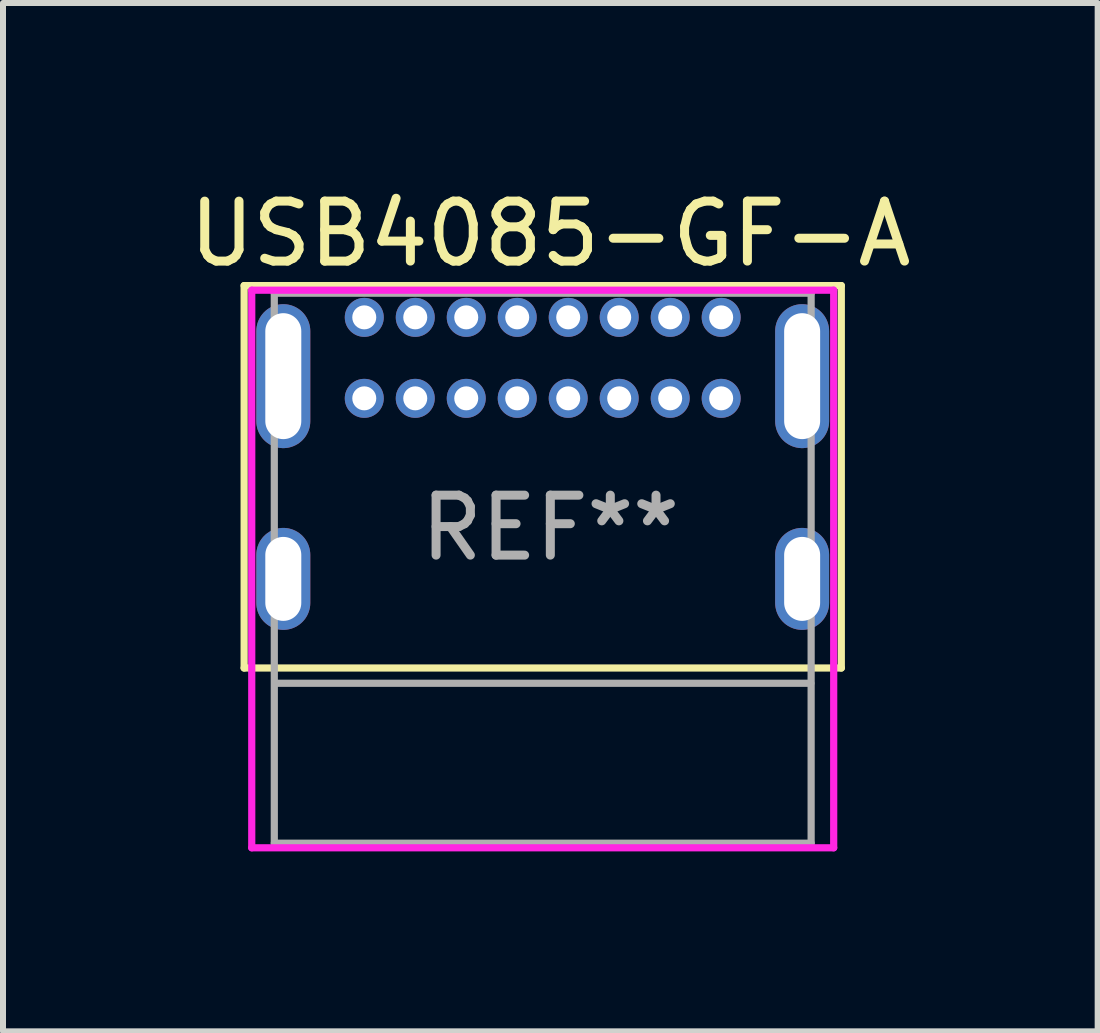
<source format=kicad_pcb>
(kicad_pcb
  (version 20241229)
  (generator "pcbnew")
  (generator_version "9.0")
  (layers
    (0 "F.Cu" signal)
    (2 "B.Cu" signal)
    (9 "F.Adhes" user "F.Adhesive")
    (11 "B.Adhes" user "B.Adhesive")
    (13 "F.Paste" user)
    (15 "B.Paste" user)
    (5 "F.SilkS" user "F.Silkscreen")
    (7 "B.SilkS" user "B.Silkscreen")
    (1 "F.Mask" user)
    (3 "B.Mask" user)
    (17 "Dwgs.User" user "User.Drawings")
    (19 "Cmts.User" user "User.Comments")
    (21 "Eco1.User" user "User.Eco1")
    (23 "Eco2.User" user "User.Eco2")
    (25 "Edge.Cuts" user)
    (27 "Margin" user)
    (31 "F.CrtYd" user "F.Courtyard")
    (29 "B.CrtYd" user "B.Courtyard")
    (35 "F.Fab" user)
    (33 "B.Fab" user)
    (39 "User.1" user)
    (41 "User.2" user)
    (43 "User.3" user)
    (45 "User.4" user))
  (footprint "USB4085-GF-A"
    (layer "F.Cu")
    (at 5.998 3.591)
    (property "Reference" "USB4085-GF-A" (at 0.127 -2.743 0) (layer "F.SilkS") (effects (font (size 1 1) (thickness 0.15))))
    (attr through_hole)
    (fp_line (start -4.978 -1.88) (end 4.978 -1.88) (stroke (width 0.12) (type solid)) (layer "F.SilkS"))
    (fp_line (start -4.978 4.496) (end -4.978 -1.88) (stroke (width 0.12) (type solid)) (layer "F.SilkS"))
    (fp_line (start -4.978 4.496) (end 4.978 4.496) (stroke (width 0.12) (type solid)) (layer "F.SilkS"))
    (fp_line (start 4.978 4.496) (end 4.978 -1.88) (stroke (width 0.12) (type solid)) (layer "F.SilkS"))
    (fp_line (start -4.851 -1.803) (end -4.851 7.493) (stroke (width 0.12) (type solid)) (layer "F.CrtYd"))
    (fp_line (start -4.851 7.493) (end 4.851 7.493) (stroke (width 0.12) (type solid)) (layer "F.CrtYd"))
    (fp_line (start 4.851 -1.803) (end -4.851 -1.803) (stroke (width 0.12) (type solid)) (layer "F.CrtYd"))
    (fp_line (start 4.851 7.493) (end 4.851 -1.803) (stroke (width 0.12) (type solid)) (layer "F.CrtYd"))
    (fp_line (start -4.475 -1.753) (end -4.475 7.417) (stroke (width 0.12) (type solid)) (layer "F.Fab"))
    (fp_line (start -4.475 -1.753) (end 4.475 -1.753) (stroke (width 0.12) (type solid)) (layer "F.Fab"))
    (fp_line (start -4.475 7.417) (end 4.475 7.417) (stroke (width 0.12) (type solid)) (layer "F.Fab"))
    (fp_line (start -4.47 4.75) (end 4.47 4.75) (stroke (width 0.12) (type solid)) (layer "F.Fab"))
    (fp_line (start 4.475 -1.753) (end 4.475 7.417) (stroke (width 0.12) (type solid)) (layer "F.Fab"))
    (fp_text user "REF**" (at 0.127 2.159 0) (layer "F.Fab") (effects (font (size 1 1) (thickness 0.15))))
    (pad "A1" thru_hole circle (at -2.975 -1.35) (size 0.65 0.65) (drill 0.4) (layers "*.Cu" "*.Mask"))
    (pad "A4" thru_hole circle (at -2.125 -1.35) (size 0.65 0.65) (drill 0.4) (layers "*.Cu" "*.Mask"))
    (pad "A5" thru_hole circle (at -1.275 -1.35) (size 0.65 0.65) (drill 0.4) (layers "*.Cu" "*.Mask"))
    (pad "A6" thru_hole circle (at -0.425 -1.35) (size 0.65 0.65) (drill 0.4) (layers "*.Cu" "*.Mask"))
    (pad "A7" thru_hole circle (at 0.425 -1.35) (size 0.65 0.65) (drill 0.4) (layers "*.Cu" "*.Mask"))
    (pad "A8" thru_hole circle (at 1.275 -1.35) (size 0.65 0.65) (drill 0.4) (layers "*.Cu" "*.Mask"))
    (pad "A9" thru_hole circle (at 2.125 -1.35) (size 0.65 0.65) (drill 0.4) (layers "*.Cu" "*.Mask"))
    (pad "A12" thru_hole circle (at 2.975 -1.35) (size 0.65 0.65) (drill 0.4) (layers "*.Cu" "*.Mask"))
    (pad "B1" thru_hole circle (at 2.975 0) (size 0.65 0.65) (drill 0.4) (layers "*.Cu" "*.Mask"))
    (pad "B4" thru_hole circle (at 2.125 0) (size 0.65 0.65) (drill 0.4) (layers "*.Cu" "*.Mask"))
    (pad "B5" thru_hole circle (at 1.275 0) (size 0.65 0.65) (drill 0.4) (layers "*.Cu" "*.Mask"))
    (pad "B6" thru_hole circle (at 0.425 0) (size 0.65 0.65) (drill 0.4) (layers "*.Cu" "*.Mask"))
    (pad "B7" thru_hole circle (at -0.425 0) (size 0.65 0.65) (drill 0.4) (layers "*.Cu" "*.Mask"))
    (pad "B8" thru_hole circle (at -1.275 0) (size 0.65 0.65) (drill 0.4) (layers "*.Cu" "*.Mask"))
    (pad "B9" thru_hole circle (at -2.125 0) (size 0.65 0.65) (drill 0.4) (layers "*.Cu" "*.Mask"))
    (pad "B12" thru_hole circle (at -2.975 0) (size 0.65 0.65) (drill 0.4) (layers "*.Cu" "*.Mask"))
    (pad "C1" thru_hole oval (at -4.325 -0.37 90) (size 2.4 0.9) (drill oval 2.1 0.6) (layers "*.Cu" "*.Mask"))
    (pad "C2" thru_hole oval (at -4.325 3.01) (size 0.9 1.7) (drill oval 0.6 1.4) (layers "*.Cu" "*.Mask"))
    (pad "C3" thru_hole oval (at 4.325 3.01) (size 0.9 1.7) (drill oval 0.6 1.4) (layers "*.Cu" "*.Mask"))
    (pad "C4" thru_hole oval (at 4.325 -0.37 90) (size 2.4 0.9) (drill oval 2.1 0.6) (layers "*.Cu" "*.Mask")))
  (gr_rect
    (start -3 -3)
    (end 15.25 14.144)
    (stroke (width 0.1) (type default))
    (fill no)
    (layer "Edge.Cuts")))
</source>
